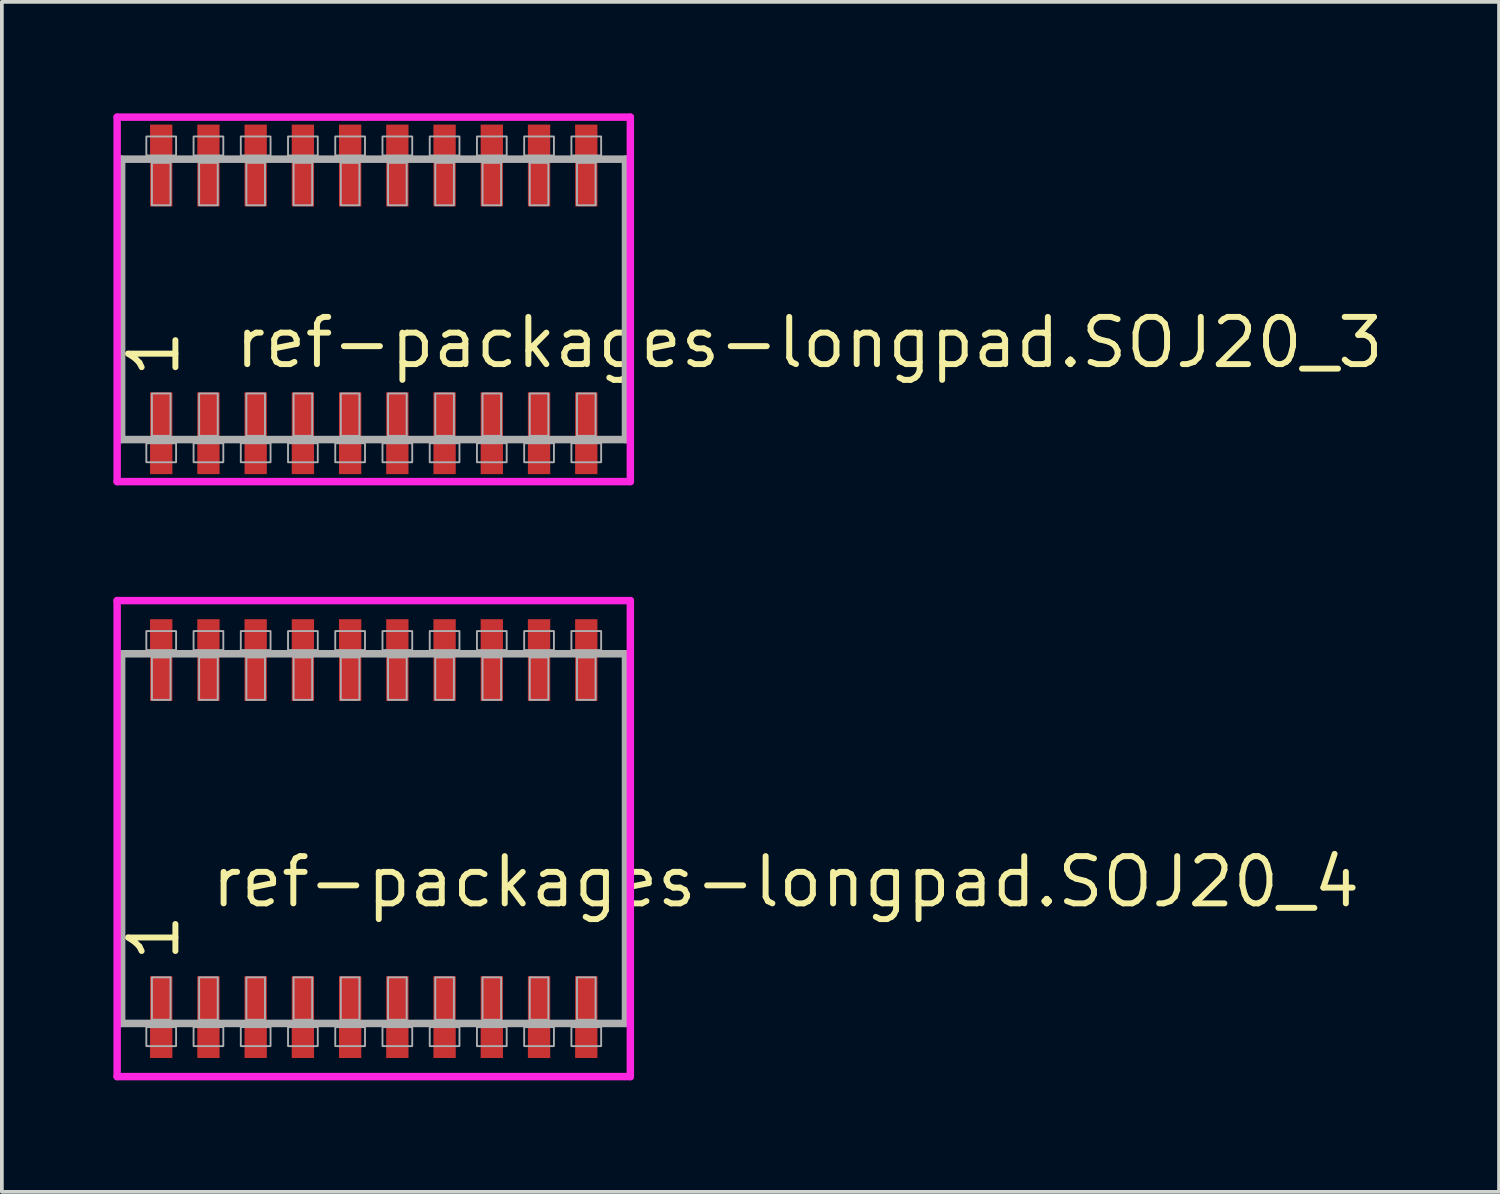
<source format=kicad_pcb>
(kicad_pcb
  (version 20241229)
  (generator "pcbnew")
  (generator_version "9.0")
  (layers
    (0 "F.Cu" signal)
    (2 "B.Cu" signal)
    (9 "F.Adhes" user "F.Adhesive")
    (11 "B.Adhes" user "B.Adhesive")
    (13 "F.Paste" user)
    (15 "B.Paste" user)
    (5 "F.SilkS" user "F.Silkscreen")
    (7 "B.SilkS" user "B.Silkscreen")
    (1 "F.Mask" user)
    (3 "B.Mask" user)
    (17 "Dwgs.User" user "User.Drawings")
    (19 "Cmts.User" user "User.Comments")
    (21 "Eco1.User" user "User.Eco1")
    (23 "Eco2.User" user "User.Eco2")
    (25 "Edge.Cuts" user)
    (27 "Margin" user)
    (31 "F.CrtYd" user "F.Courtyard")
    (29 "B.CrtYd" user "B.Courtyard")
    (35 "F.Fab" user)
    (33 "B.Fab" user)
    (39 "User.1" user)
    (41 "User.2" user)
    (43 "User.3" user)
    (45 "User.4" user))
  (footprint "ref-packages-longpad.SOJ20_3"
    (layer "F.Cu")
    (at 7 5)
    (property "Reference" "ref-packages-longpad.SOJ20_3" (at -3.81 1.905 0) (layer "F.SilkS") (effects (font (size 1.27 1.27) (thickness 0.16)) (justify left bottom)))
    (attr smd)
    (fp_line (start -6.9 -4.9) (end 6.9 -4.9) (stroke (width 0.2) (type default)) (layer "F.CrtYd"))
    (fp_line (start -6.9 4.9) (end -6.9 -4.9) (stroke (width 0.2) (type default)) (layer "F.CrtYd"))
    (fp_line (start 6.9 -4.9) (end 6.9 4.9) (stroke (width 0.2) (type default)) (layer "F.CrtYd"))
    (fp_line (start 6.9 4.9) (end -6.9 4.9) (stroke (width 0.2) (type default)) (layer "F.CrtYd"))
    (fp_line (start -6.78 -3.77) (end 6.77 -3.77) (stroke (width 0.203) (type default)) (layer "F.Fab"))
    (fp_line (start -6.78 3.77) (end -6.78 -3.77) (stroke (width 0.203) (type default)) (layer "F.Fab"))
    (fp_line (start 6.77 -3.77) (end 6.77 3.77) (stroke (width 0.203) (type default)) (layer "F.Fab"))
    (fp_line (start 6.77 3.77) (end -6.78 3.77) (stroke (width 0.203) (type default)) (layer "F.Fab"))
    (fp_rect (start -6.115 -3.87) (end -5.315 -4.38) (stroke (width 0.05) (type default)) (fill no) (layer "F.Fab"))
    (fp_rect (start -6.115 4.38) (end -5.315 3.87) (stroke (width 0.05) (type default)) (fill no) (layer "F.Fab"))
    (fp_rect (start -5.965 -2.53) (end -5.465 -3.67) (stroke (width 0.05) (type default)) (fill no) (layer "F.Fab"))
    (fp_rect (start -5.965 3.67) (end -5.465 2.53) (stroke (width 0.05) (type default)) (fill no) (layer "F.Fab"))
    (fp_rect (start -4.845 -3.87) (end -4.045 -4.38) (stroke (width 0.05) (type default)) (fill no) (layer "F.Fab"))
    (fp_rect (start -4.845 4.38) (end -4.045 3.87) (stroke (width 0.05) (type default)) (fill no) (layer "F.Fab"))
    (fp_rect (start -4.695 -2.53) (end -4.195 -3.67) (stroke (width 0.05) (type default)) (fill no) (layer "F.Fab"))
    (fp_rect (start -4.695 3.67) (end -4.195 2.53) (stroke (width 0.05) (type default)) (fill no) (layer "F.Fab"))
    (fp_rect (start -3.575 -3.87) (end -2.775 -4.38) (stroke (width 0.05) (type default)) (fill no) (layer "F.Fab"))
    (fp_rect (start -3.575 4.38) (end -2.775 3.87) (stroke (width 0.05) (type default)) (fill no) (layer "F.Fab"))
    (fp_rect (start -3.425 -2.53) (end -2.925 -3.67) (stroke (width 0.05) (type default)) (fill no) (layer "F.Fab"))
    (fp_rect (start -3.425 3.67) (end -2.925 2.53) (stroke (width 0.05) (type default)) (fill no) (layer "F.Fab"))
    (fp_rect (start -2.305 -3.87) (end -1.505 -4.38) (stroke (width 0.05) (type default)) (fill no) (layer "F.Fab"))
    (fp_rect (start -2.305 4.38) (end -1.505 3.87) (stroke (width 0.05) (type default)) (fill no) (layer "F.Fab"))
    (fp_rect (start -2.155 -2.53) (end -1.655 -3.67) (stroke (width 0.05) (type default)) (fill no) (layer "F.Fab"))
    (fp_rect (start -2.155 3.67) (end -1.655 2.53) (stroke (width 0.05) (type default)) (fill no) (layer "F.Fab"))
    (fp_rect (start -1.035 -3.87) (end -0.235 -4.38) (stroke (width 0.05) (type default)) (fill no) (layer "F.Fab"))
    (fp_rect (start -1.035 4.38) (end -0.235 3.87) (stroke (width 0.05) (type default)) (fill no) (layer "F.Fab"))
    (fp_rect (start -0.885 -2.53) (end -0.385 -3.67) (stroke (width 0.05) (type default)) (fill no) (layer "F.Fab"))
    (fp_rect (start -0.885 3.67) (end -0.385 2.53) (stroke (width 0.05) (type default)) (fill no) (layer "F.Fab"))
    (fp_rect (start 0.235 -3.87) (end 1.035 -4.38) (stroke (width 0.05) (type default)) (fill no) (layer "F.Fab"))
    (fp_rect (start 0.235 4.38) (end 1.035 3.87) (stroke (width 0.05) (type default)) (fill no) (layer "F.Fab"))
    (fp_rect (start 0.385 -2.53) (end 0.885 -3.67) (stroke (width 0.05) (type default)) (fill no) (layer "F.Fab"))
    (fp_rect (start 0.385 3.67) (end 0.885 2.53) (stroke (width 0.05) (type default)) (fill no) (layer "F.Fab"))
    (fp_rect (start 1.505 -3.87) (end 2.305 -4.38) (stroke (width 0.05) (type default)) (fill no) (layer "F.Fab"))
    (fp_rect (start 1.505 4.38) (end 2.305 3.87) (stroke (width 0.05) (type default)) (fill no) (layer "F.Fab"))
    (fp_rect (start 1.655 -2.53) (end 2.155 -3.67) (stroke (width 0.05) (type default)) (fill no) (layer "F.Fab"))
    (fp_rect (start 1.655 3.67) (end 2.155 2.53) (stroke (width 0.05) (type default)) (fill no) (layer "F.Fab"))
    (fp_rect (start 2.775 -3.87) (end 3.575 -4.38) (stroke (width 0.05) (type default)) (fill no) (layer "F.Fab"))
    (fp_rect (start 2.775 4.38) (end 3.575 3.87) (stroke (width 0.05) (type default)) (fill no) (layer "F.Fab"))
    (fp_rect (start 2.925 -2.53) (end 3.425 -3.67) (stroke (width 0.05) (type default)) (fill no) (layer "F.Fab"))
    (fp_rect (start 2.925 3.67) (end 3.425 2.53) (stroke (width 0.05) (type default)) (fill no) (layer "F.Fab"))
    (fp_rect (start 4.045 -3.87) (end 4.845 -4.38) (stroke (width 0.05) (type default)) (fill no) (layer "F.Fab"))
    (fp_rect (start 4.045 4.38) (end 4.845 3.87) (stroke (width 0.05) (type default)) (fill no) (layer "F.Fab"))
    (fp_rect (start 4.195 -2.53) (end 4.695 -3.67) (stroke (width 0.05) (type default)) (fill no) (layer "F.Fab"))
    (fp_rect (start 4.195 3.67) (end 4.695 2.53) (stroke (width 0.05) (type default)) (fill no) (layer "F.Fab"))
    (fp_rect (start 5.315 -3.87) (end 6.115 -4.38) (stroke (width 0.05) (type default)) (fill no) (layer "F.Fab"))
    (fp_rect (start 5.315 4.38) (end 6.115 3.87) (stroke (width 0.05) (type default)) (fill no) (layer "F.Fab"))
    (fp_rect (start 5.465 -2.53) (end 5.965 -3.67) (stroke (width 0.05) (type default)) (fill no) (layer "F.Fab"))
    (fp_rect (start 5.465 3.67) (end 5.965 2.53) (stroke (width 0.05) (type default)) (fill no) (layer "F.Fab"))
    (fp_text user "1" (at -5.17 2.17 90) (layer "F.SilkS") (effects (font (size 1.27 1.27) (thickness 0.16)) (justify left bottom)))
    (pad "1" smd roundrect (at -5.715 3.6) (size 0.6 2.2) (layers "F.Cu" "F.Mask" "F.Paste") (roundrect_rratio 0.01))
    (pad "2" smd roundrect (at -4.445 3.6) (size 0.6 2.2) (layers "F.Cu" "F.Mask" "F.Paste") (roundrect_rratio 0.01))
    (pad "3" smd roundrect (at -3.175 3.6) (size 0.6 2.2) (layers "F.Cu" "F.Mask" "F.Paste") (roundrect_rratio 0.01))
    (pad "4" smd roundrect (at -1.905 3.6) (size 0.6 2.2) (layers "F.Cu" "F.Mask" "F.Paste") (roundrect_rratio 0.01))
    (pad "5" smd roundrect (at -0.635 3.6) (size 0.6 2.2) (layers "F.Cu" "F.Mask" "F.Paste") (roundrect_rratio 0.01))
    (pad "6" smd roundrect (at 0.635 3.6) (size 0.6 2.2) (layers "F.Cu" "F.Mask" "F.Paste") (roundrect_rratio 0.01))
    (pad "7" smd roundrect (at 1.905 3.6) (size 0.6 2.2) (layers "F.Cu" "F.Mask" "F.Paste") (roundrect_rratio 0.01))
    (pad "8" smd roundrect (at 3.175 3.6) (size 0.6 2.2) (layers "F.Cu" "F.Mask" "F.Paste") (roundrect_rratio 0.01))
    (pad "9" smd roundrect (at 4.445 3.6) (size 0.6 2.2) (layers "F.Cu" "F.Mask" "F.Paste") (roundrect_rratio 0.01))
    (pad "10" smd roundrect (at 5.715 3.6) (size 0.6 2.2) (layers "F.Cu" "F.Mask" "F.Paste") (roundrect_rratio 0.01))
    (pad "11" smd roundrect (at 5.715 -3.6) (size 0.6 2.2) (layers "F.Cu" "F.Mask" "F.Paste") (roundrect_rratio 0.01))
    (pad "12" smd roundrect (at 4.445 -3.6) (size 0.6 2.2) (layers "F.Cu" "F.Mask" "F.Paste") (roundrect_rratio 0.01))
    (pad "13" smd roundrect (at 3.175 -3.6) (size 0.6 2.2) (layers "F.Cu" "F.Mask" "F.Paste") (roundrect_rratio 0.01))
    (pad "14" smd roundrect (at 1.905 -3.6) (size 0.6 2.2) (layers "F.Cu" "F.Mask" "F.Paste") (roundrect_rratio 0.01))
    (pad "15" smd roundrect (at 0.635 -3.6) (size 0.6 2.2) (layers "F.Cu" "F.Mask" "F.Paste") (roundrect_rratio 0.01))
    (pad "16" smd roundrect (at -0.635 -3.6) (size 0.6 2.2) (layers "F.Cu" "F.Mask" "F.Paste") (roundrect_rratio 0.01))
    (pad "17" smd roundrect (at -1.905 -3.6) (size 0.6 2.2) (layers "F.Cu" "F.Mask" "F.Paste") (roundrect_rratio 0.01))
    (pad "18" smd roundrect (at -3.175 -3.6) (size 0.6 2.2) (layers "F.Cu" "F.Mask" "F.Paste") (roundrect_rratio 0.01))
    (pad "19" smd roundrect (at -4.445 -3.6) (size 0.6 2.2) (layers "F.Cu" "F.Mask" "F.Paste") (roundrect_rratio 0.01))
    (pad "20" smd roundrect (at -5.715 -3.6) (size 0.6 2.2) (layers "F.Cu" "F.Mask" "F.Paste") (roundrect_rratio 0.01)))
  (footprint "ref-packages-longpad.SOJ20_4"
    (layer "F.Cu")
    (at 7 19.5)
    (property "Reference" "ref-packages-longpad.SOJ20_4" (at -4.445 1.905 0) (layer "F.SilkS") (effects (font (size 1.27 1.27) (thickness 0.16)) (justify left bottom)))
    (attr smd)
    (fp_line (start -6.9 -6.4) (end 6.9 -6.4) (stroke (width 0.2) (type default)) (layer "F.CrtYd"))
    (fp_line (start -6.9 6.4) (end -6.9 -6.4) (stroke (width 0.2) (type default)) (layer "F.CrtYd"))
    (fp_line (start 6.9 -6.4) (end 6.9 6.4) (stroke (width 0.2) (type default)) (layer "F.CrtYd"))
    (fp_line (start 6.9 6.4) (end -6.9 6.4) (stroke (width 0.2) (type default)) (layer "F.CrtYd"))
    (fp_line (start -6.78 -4.97) (end 6.77 -4.97) (stroke (width 0.203) (type default)) (layer "F.Fab"))
    (fp_line (start -6.78 4.97) (end -6.78 -4.97) (stroke (width 0.203) (type default)) (layer "F.Fab"))
    (fp_line (start 6.77 -4.97) (end 6.77 4.97) (stroke (width 0.203) (type default)) (layer "F.Fab"))
    (fp_line (start 6.77 4.97) (end -6.78 4.97) (stroke (width 0.203) (type default)) (layer "F.Fab"))
    (fp_rect (start -6.115 -5.07) (end -5.315 -5.58) (stroke (width 0.05) (type default)) (fill no) (layer "F.Fab"))
    (fp_rect (start -6.115 5.58) (end -5.315 5.07) (stroke (width 0.05) (type default)) (fill no) (layer "F.Fab"))
    (fp_rect (start -5.965 -3.73) (end -5.465 -4.87) (stroke (width 0.05) (type default)) (fill no) (layer "F.Fab"))
    (fp_rect (start -5.965 4.87) (end -5.465 3.73) (stroke (width 0.05) (type default)) (fill no) (layer "F.Fab"))
    (fp_rect (start -4.845 -5.07) (end -4.045 -5.58) (stroke (width 0.05) (type default)) (fill no) (layer "F.Fab"))
    (fp_rect (start -4.845 5.58) (end -4.045 5.07) (stroke (width 0.05) (type default)) (fill no) (layer "F.Fab"))
    (fp_rect (start -4.695 -3.73) (end -4.195 -4.87) (stroke (width 0.05) (type default)) (fill no) (layer "F.Fab"))
    (fp_rect (start -4.695 4.87) (end -4.195 3.73) (stroke (width 0.05) (type default)) (fill no) (layer "F.Fab"))
    (fp_rect (start -3.575 -5.07) (end -2.775 -5.58) (stroke (width 0.05) (type default)) (fill no) (layer "F.Fab"))
    (fp_rect (start -3.575 5.58) (end -2.775 5.07) (stroke (width 0.05) (type default)) (fill no) (layer "F.Fab"))
    (fp_rect (start -3.425 -3.73) (end -2.925 -4.87) (stroke (width 0.05) (type default)) (fill no) (layer "F.Fab"))
    (fp_rect (start -3.425 4.87) (end -2.925 3.73) (stroke (width 0.05) (type default)) (fill no) (layer "F.Fab"))
    (fp_rect (start -2.305 -5.07) (end -1.505 -5.58) (stroke (width 0.05) (type default)) (fill no) (layer "F.Fab"))
    (fp_rect (start -2.305 5.58) (end -1.505 5.07) (stroke (width 0.05) (type default)) (fill no) (layer "F.Fab"))
    (fp_rect (start -2.155 -3.73) (end -1.655 -4.87) (stroke (width 0.05) (type default)) (fill no) (layer "F.Fab"))
    (fp_rect (start -2.155 4.87) (end -1.655 3.73) (stroke (width 0.05) (type default)) (fill no) (layer "F.Fab"))
    (fp_rect (start -1.035 -5.07) (end -0.235 -5.58) (stroke (width 0.05) (type default)) (fill no) (layer "F.Fab"))
    (fp_rect (start -1.035 5.58) (end -0.235 5.07) (stroke (width 0.05) (type default)) (fill no) (layer "F.Fab"))
    (fp_rect (start -0.885 -3.73) (end -0.385 -4.87) (stroke (width 0.05) (type default)) (fill no) (layer "F.Fab"))
    (fp_rect (start -0.885 4.87) (end -0.385 3.73) (stroke (width 0.05) (type default)) (fill no) (layer "F.Fab"))
    (fp_rect (start 0.235 -5.07) (end 1.035 -5.58) (stroke (width 0.05) (type default)) (fill no) (layer "F.Fab"))
    (fp_rect (start 0.235 5.58) (end 1.035 5.07) (stroke (width 0.05) (type default)) (fill no) (layer "F.Fab"))
    (fp_rect (start 0.385 -3.73) (end 0.885 -4.87) (stroke (width 0.05) (type default)) (fill no) (layer "F.Fab"))
    (fp_rect (start 0.385 4.87) (end 0.885 3.73) (stroke (width 0.05) (type default)) (fill no) (layer "F.Fab"))
    (fp_rect (start 1.505 -5.07) (end 2.305 -5.58) (stroke (width 0.05) (type default)) (fill no) (layer "F.Fab"))
    (fp_rect (start 1.505 5.58) (end 2.305 5.07) (stroke (width 0.05) (type default)) (fill no) (layer "F.Fab"))
    (fp_rect (start 1.655 -3.73) (end 2.155 -4.87) (stroke (width 0.05) (type default)) (fill no) (layer "F.Fab"))
    (fp_rect (start 1.655 4.87) (end 2.155 3.73) (stroke (width 0.05) (type default)) (fill no) (layer "F.Fab"))
    (fp_rect (start 2.775 -5.07) (end 3.575 -5.58) (stroke (width 0.05) (type default)) (fill no) (layer "F.Fab"))
    (fp_rect (start 2.775 5.58) (end 3.575 5.07) (stroke (width 0.05) (type default)) (fill no) (layer "F.Fab"))
    (fp_rect (start 2.925 -3.73) (end 3.425 -4.87) (stroke (width 0.05) (type default)) (fill no) (layer "F.Fab"))
    (fp_rect (start 2.925 4.87) (end 3.425 3.73) (stroke (width 0.05) (type default)) (fill no) (layer "F.Fab"))
    (fp_rect (start 4.045 -5.07) (end 4.845 -5.58) (stroke (width 0.05) (type default)) (fill no) (layer "F.Fab"))
    (fp_rect (start 4.045 5.58) (end 4.845 5.07) (stroke (width 0.05) (type default)) (fill no) (layer "F.Fab"))
    (fp_rect (start 4.195 -3.73) (end 4.695 -4.87) (stroke (width 0.05) (type default)) (fill no) (layer "F.Fab"))
    (fp_rect (start 4.195 4.87) (end 4.695 3.73) (stroke (width 0.05) (type default)) (fill no) (layer "F.Fab"))
    (fp_rect (start 5.315 -5.07) (end 6.115 -5.58) (stroke (width 0.05) (type default)) (fill no) (layer "F.Fab"))
    (fp_rect (start 5.315 5.58) (end 6.115 5.07) (stroke (width 0.05) (type default)) (fill no) (layer "F.Fab"))
    (fp_rect (start 5.465 -3.73) (end 5.965 -4.87) (stroke (width 0.05) (type default)) (fill no) (layer "F.Fab"))
    (fp_rect (start 5.465 4.87) (end 5.965 3.73) (stroke (width 0.05) (type default)) (fill no) (layer "F.Fab"))
    (fp_text user "1" (at -5.17 3.37 90) (layer "F.SilkS") (effects (font (size 1.27 1.27) (thickness 0.16)) (justify left bottom)))
    (pad "1" smd roundrect (at -5.715 4.8) (size 0.6 2.2) (layers "F.Cu" "F.Mask" "F.Paste") (roundrect_rratio 0.01))
    (pad "2" smd roundrect (at -4.445 4.8) (size 0.6 2.2) (layers "F.Cu" "F.Mask" "F.Paste") (roundrect_rratio 0.01))
    (pad "3" smd roundrect (at -3.175 4.8) (size 0.6 2.2) (layers "F.Cu" "F.Mask" "F.Paste") (roundrect_rratio 0.01))
    (pad "4" smd roundrect (at -1.905 4.8) (size 0.6 2.2) (layers "F.Cu" "F.Mask" "F.Paste") (roundrect_rratio 0.01))
    (pad "5" smd roundrect (at -0.635 4.8) (size 0.6 2.2) (layers "F.Cu" "F.Mask" "F.Paste") (roundrect_rratio 0.01))
    (pad "6" smd roundrect (at 0.635 4.8) (size 0.6 2.2) (layers "F.Cu" "F.Mask" "F.Paste") (roundrect_rratio 0.01))
    (pad "7" smd roundrect (at 1.905 4.8) (size 0.6 2.2) (layers "F.Cu" "F.Mask" "F.Paste") (roundrect_rratio 0.01))
    (pad "8" smd roundrect (at 3.175 4.8) (size 0.6 2.2) (layers "F.Cu" "F.Mask" "F.Paste") (roundrect_rratio 0.01))
    (pad "9" smd roundrect (at 4.445 4.8) (size 0.6 2.2) (layers "F.Cu" "F.Mask" "F.Paste") (roundrect_rratio 0.01))
    (pad "10" smd roundrect (at 5.715 4.8) (size 0.6 2.2) (layers "F.Cu" "F.Mask" "F.Paste") (roundrect_rratio 0.01))
    (pad "11" smd roundrect (at 5.715 -4.8) (size 0.6 2.2) (layers "F.Cu" "F.Mask" "F.Paste") (roundrect_rratio 0.01))
    (pad "12" smd roundrect (at 4.445 -4.8) (size 0.6 2.2) (layers "F.Cu" "F.Mask" "F.Paste") (roundrect_rratio 0.01))
    (pad "13" smd roundrect (at 3.175 -4.8) (size 0.6 2.2) (layers "F.Cu" "F.Mask" "F.Paste") (roundrect_rratio 0.01))
    (pad "14" smd roundrect (at 1.905 -4.8) (size 0.6 2.2) (layers "F.Cu" "F.Mask" "F.Paste") (roundrect_rratio 0.01))
    (pad "15" smd roundrect (at 0.635 -4.8) (size 0.6 2.2) (layers "F.Cu" "F.Mask" "F.Paste") (roundrect_rratio 0.01))
    (pad "16" smd roundrect (at -0.635 -4.8) (size 0.6 2.2) (layers "F.Cu" "F.Mask" "F.Paste") (roundrect_rratio 0.01))
    (pad "17" smd roundrect (at -1.905 -4.8) (size 0.6 2.2) (layers "F.Cu" "F.Mask" "F.Paste") (roundrect_rratio 0.01))
    (pad "18" smd roundrect (at -3.175 -4.8) (size 0.6 2.2) (layers "F.Cu" "F.Mask" "F.Paste") (roundrect_rratio 0.01))
    (pad "19" smd roundrect (at -4.445 -4.8) (size 0.6 2.2) (layers "F.Cu" "F.Mask" "F.Paste") (roundrect_rratio 0.01))
    (pad "20" smd roundrect (at -5.715 -4.8) (size 0.6 2.2) (layers "F.Cu" "F.Mask" "F.Paste") (roundrect_rratio 0.01)))
  (gr_rect
    (start -3 -3)
    (end 37.259 29)
    (stroke (width 0.1) (type default))
    (fill no)
    (layer "Edge.Cuts")))
</source>
